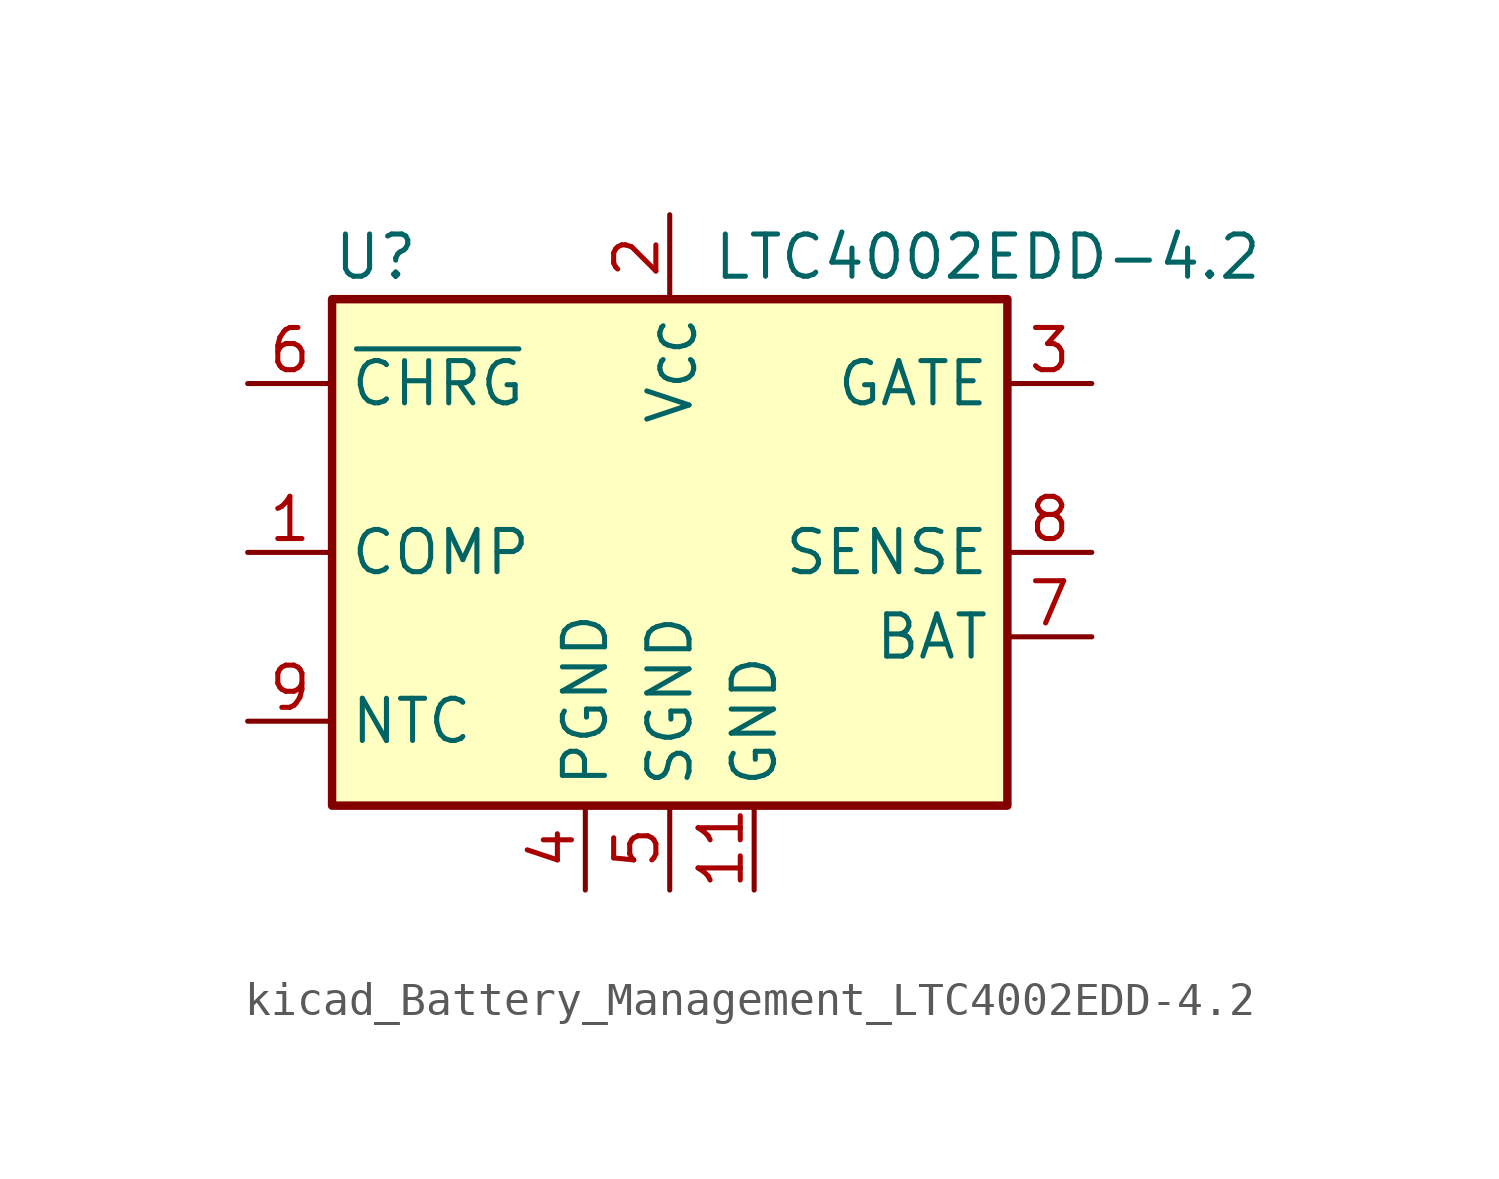
<source format=kicad_sym>
(kicad_symbol_lib
  (version 20220914)
  (generator kicad_symbol_editor)
  (symbol "kicad_Battery_Management_LTC4002EDD-4.2"
    (property "Reference" "U"
      (at -10.16 8.89 0)
      (effects (font (size 1.27 1.27)) (justify left)))
    (property "Value" "LTC4002EDD-4.2"
      (at 1.27 8.89 0)
      (effects (font (size 1.27 1.27)) (justify left)))
    (symbol "kicad_Battery_Management_LTC4002EDD-4.2_0_1"
      (rectangle (start 10.16 -7.62) (end -10.16 7.62) (stroke (width 0.254) (type default)) (fill (type background))))
    (symbol "kicad_Battery_Management_LTC4002EDD-4.2_1_1"
      (pin input line (at -12.7 0 0) (length 2.54) (name "COMP" (effects (font (size 1.27 1.27)))) (number "1" (effects (font (size 1.27 1.27)))))
      (pin no_connect line (at 5.08 -7.62 90) (length 2.54) hide (name "NC" (effects (font (size 1.27 1.27)))) (number "10" (effects (font (size 1.27 1.27)))))
      (pin power_in line (at 2.54 -10.16 90) (length 2.54) (name "GND" (effects (font (size 1.27 1.27)))) (number "11" (effects (font (size 1.27 1.27)))))
      (pin power_in line (at 0 10.16 270) (length 2.54) (name "V_{CC}" (effects (font (size 1.27 1.27)))) (number "2" (effects (font (size 1.27 1.27)))))
      (pin output line (at 12.7 5.08 180) (length 2.54) (name "GATE" (effects (font (size 1.27 1.27)))) (number "3" (effects (font (size 1.27 1.27)))))
      (pin power_in line (at -2.54 -10.16 90) (length 2.54) (name "PGND" (effects (font (size 1.27 1.27)))) (number "4" (effects (font (size 1.27 1.27)))))
      (pin power_in line (at 0 -10.16 90) (length 2.54) (name "SGND" (effects (font (size 1.27 1.27)))) (number "5" (effects (font (size 1.27 1.27)))))
      (pin open_collector line (at -12.7 5.08 0) (length 2.54) (name "~{CHRG}" (effects (font (size 1.27 1.27)))) (number "6" (effects (font (size 1.27 1.27)))))
      (pin input line (at 12.7 -2.54 180) (length 2.54) (name "BAT" (effects (font (size 1.27 1.27)))) (number "7" (effects (font (size 1.27 1.27)))))
      (pin input line (at 12.7 0 180) (length 2.54) (name "SENSE" (effects (font (size 1.27 1.27)))) (number "8" (effects (font (size 1.27 1.27)))))
      (pin input line (at -12.7 -5.08 0) (length 2.54) (name "NTC" (effects (font (size 1.27 1.27)))) (number "9" (effects (font (size 1.27 1.27))))))))
</source>
